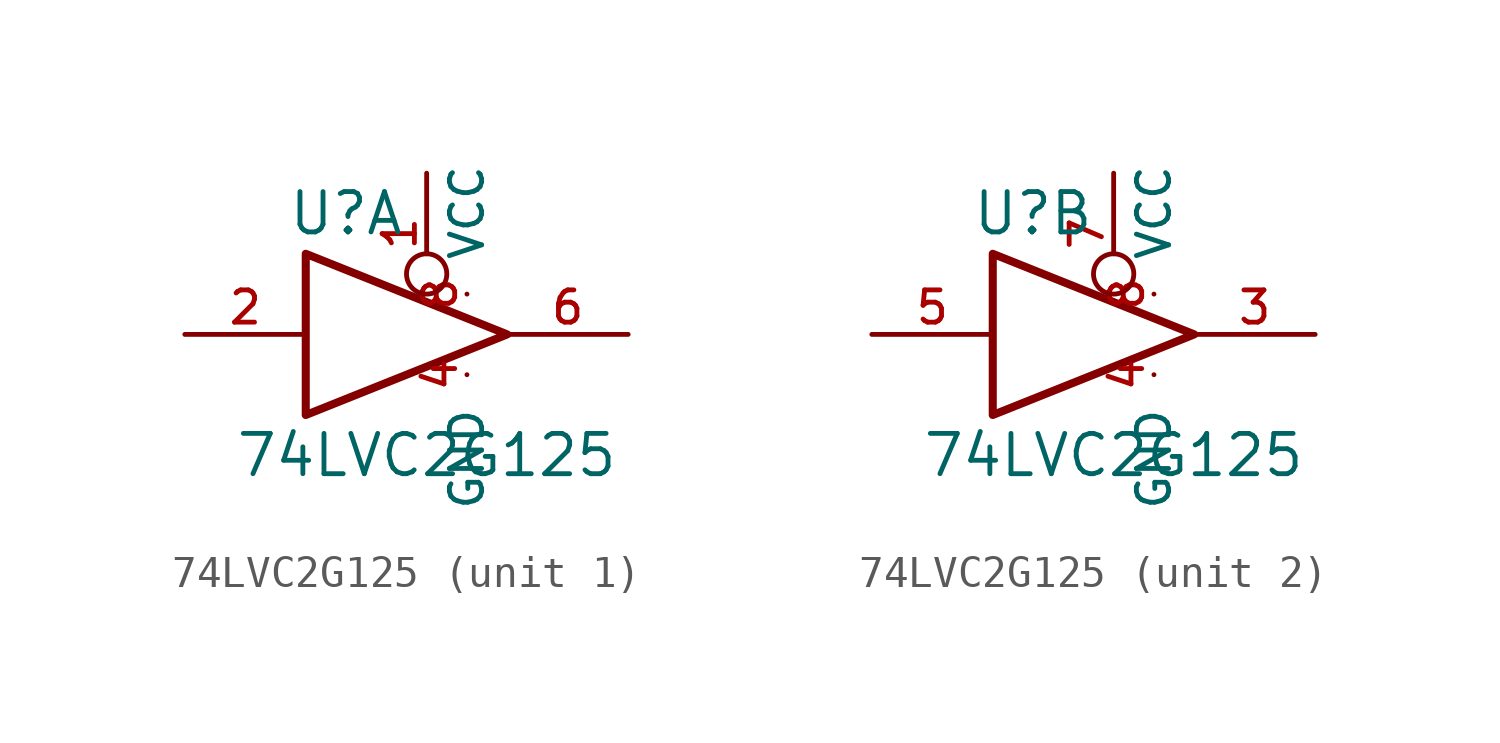
<source format=kicad_sym>
(kicad_symbol_lib
  (version 20210619)
  (generator kicad_symbol_editor)
  (symbol "74LVC2G125"
    (pin_names
      (offset 1.016))
    (property "Reference" "U"
      (at -2.54 3.81 0)
      (effects (font (size 1.27 1.27))))
    (property "Value" "74LVC2G125"
      (at 0 -3.81 0)
      (effects (font (size 1.27 1.27))))
    (symbol "74LVC2G125_0_1"
      (polyline (pts (xy -3.81 2.54) (xy -3.81 -2.54) (xy 2.54 0) (xy -3.81 2.54)) (stroke (width 0.254)) (fill (type none)))
      (pin power_in line (at 1.27 -1.27 270) (length 0) (name "GND" (effects (font (size 1.016 1.016)))) (number "4" (effects (font (size 1.016 1.016)))))
      (pin power_in line (at 1.27 1.27 90) (length 0) (name "VCC" (effects (font (size 1.016 1.016)))) (number "8" (effects (font (size 1.016 1.016))))))
    (symbol "74LVC2G125_1_1"
      (pin input inverted (at 0 5.08 270) (length 3.81) (name "~" (effects (font (size 1.016 1.016)))) (number "1" (effects (font (size 1.016 1.016)))))
      (pin input line (at -7.62 0 0) (length 3.81) (name "~" (effects (font (size 1.016 1.016)))) (number "2" (effects (font (size 1.016 1.016)))))
      (pin tri_state line (at 6.35 0 180) (length 3.81) (name "~" (effects (font (size 1.016 1.016)))) (number "6" (effects (font (size 1.016 1.016))))))
    (symbol "74LVC2G125_2_1"
      (pin tri_state line (at 6.35 0 180) (length 3.81) (name "~" (effects (font (size 1.016 1.016)))) (number "3" (effects (font (size 1.016 1.016)))))
      (pin input line (at -7.62 0 0) (length 3.81) (name "~" (effects (font (size 1.016 1.016)))) (number "5" (effects (font (size 1.016 1.016)))))
      (pin input inverted (at 0 5.08 270) (length 3.81) (name "~" (effects (font (size 1.016 1.016)))) (number "7" (effects (font (size 1.016 1.016))))))))
</source>
